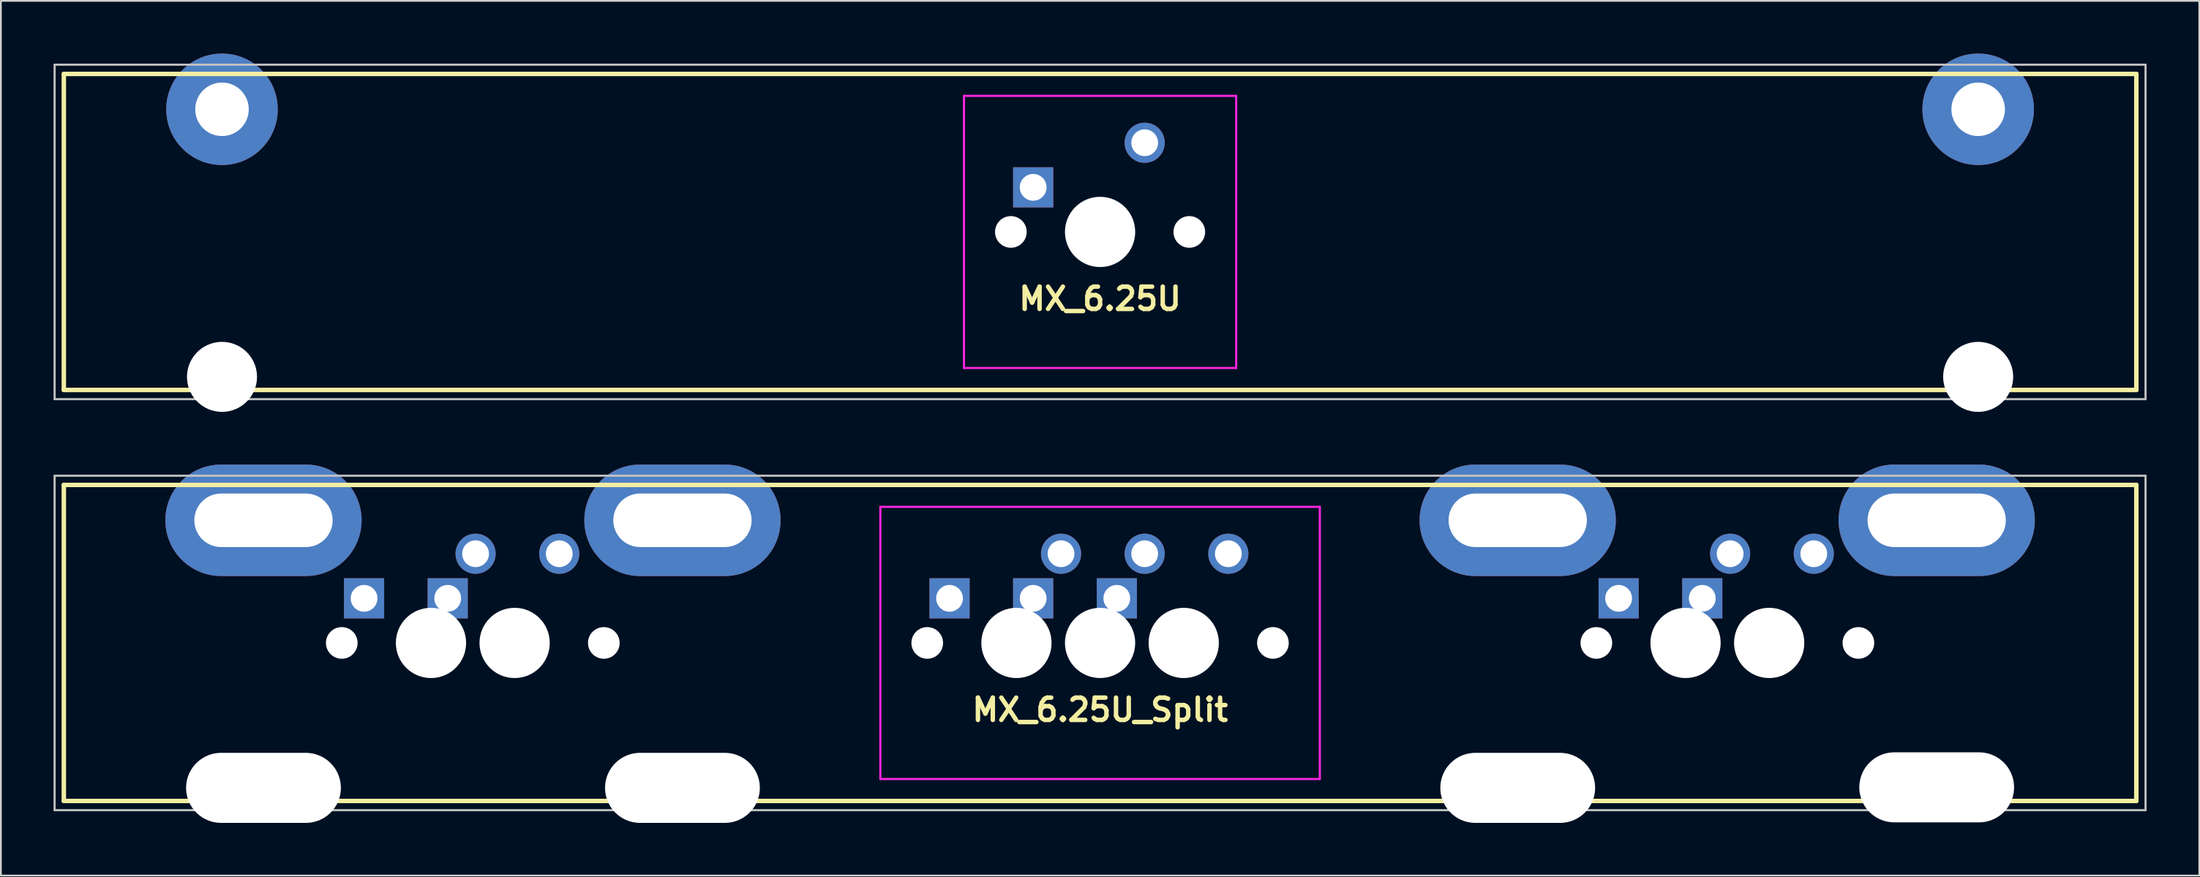
<source format=kicad_pcb>
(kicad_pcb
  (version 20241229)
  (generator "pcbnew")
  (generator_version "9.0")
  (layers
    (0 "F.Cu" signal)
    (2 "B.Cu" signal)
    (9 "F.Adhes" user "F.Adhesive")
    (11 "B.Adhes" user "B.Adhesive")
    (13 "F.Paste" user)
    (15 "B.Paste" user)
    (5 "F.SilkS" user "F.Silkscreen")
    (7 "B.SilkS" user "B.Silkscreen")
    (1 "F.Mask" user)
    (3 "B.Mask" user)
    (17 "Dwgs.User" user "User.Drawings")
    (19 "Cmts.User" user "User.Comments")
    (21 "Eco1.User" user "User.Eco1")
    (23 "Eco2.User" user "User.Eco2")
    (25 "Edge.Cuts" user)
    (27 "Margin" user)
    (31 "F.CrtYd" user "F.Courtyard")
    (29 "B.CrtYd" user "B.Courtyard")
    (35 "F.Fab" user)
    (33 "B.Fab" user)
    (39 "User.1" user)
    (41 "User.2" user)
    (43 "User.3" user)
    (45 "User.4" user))
  (footprint "MX_6.25U"
    (layer "F.Cu")
    (at 59.591 10.16)
    (property "Reference" "MX_6.25U" (at 0 3.81 180) (layer "F.SilkS") (effects (font (size 1.27 1.27) (thickness 0.254))))
    (attr through_hole)
    (fp_line (start -59.006 -9) (end 59.006 -9) (stroke (width 0.254) (type solid)) (layer "F.SilkS"))
    (fp_line (start -59.006 9) (end -59.006 -9) (stroke (width 0.254) (type solid)) (layer "F.SilkS"))
    (fp_line (start 59.006 -9) (end 59.006 9) (stroke (width 0.254) (type solid)) (layer "F.SilkS"))
    (fp_line (start 59.006 9) (end -59.006 9) (stroke (width 0.254) (type solid)) (layer "F.SilkS"))
    (fp_line (start -59.531 -9.525) (end -59.531 9.525) (stroke (width 0.12) (type solid)) (layer "Dwgs.User"))
    (fp_line (start -59.531 -9.525) (end 59.531 -9.525) (stroke (width 0.12) (type solid)) (layer "Dwgs.User"))
    (fp_line (start -59.531 9.525) (end 59.531 9.525) (stroke (width 0.12) (type solid)) (layer "Dwgs.User"))
    (fp_line (start 59.531 -9.525) (end 59.531 9.525) (stroke (width 0.12) (type solid)) (layer "Dwgs.User"))
    (fp_line (start -53.556 7.366) (end -53.556 -7.366) (stroke (width 0.025) (type solid)) (layer "Eco1.User"))
    (fp_line (start -53.302 -7.62) (end -46.698 -7.62) (stroke (width 0.025) (type solid)) (layer "Eco1.User"))
    (fp_line (start -46.698 7.62) (end -53.302 7.62) (stroke (width 0.025) (type solid)) (layer "Eco1.User"))
    (fp_line (start -46.444 -7.366) (end -46.444 7.366) (stroke (width 0.025) (type solid)) (layer "Eco1.User"))
    (fp_line (start -7 6.746) (end -7 -6.746) (stroke (width 0.025) (type solid)) (layer "Eco1.User"))
    (fp_line (start -6.746 -7) (end 6.746 -7) (stroke (width 0.025) (type solid)) (layer "Eco1.User"))
    (fp_line (start 6.746 7) (end -6.746 7) (stroke (width 0.025) (type solid)) (layer "Eco1.User"))
    (fp_line (start 7 -6.746) (end 7 6.746) (stroke (width 0.025) (type solid)) (layer "Eco1.User"))
    (fp_line (start 46.444 7.366) (end 46.444 -7.366) (stroke (width 0.025) (type solid)) (layer "Eco1.User"))
    (fp_line (start 46.698 -7.62) (end 53.302 -7.62) (stroke (width 0.025) (type solid)) (layer "Eco1.User"))
    (fp_line (start 53.302 7.62) (end 46.698 7.62) (stroke (width 0.025) (type solid)) (layer "Eco1.User"))
    (fp_line (start 53.556 -7.366) (end 53.556 7.366) (stroke (width 0.025) (type solid)) (layer "Eco1.User"))
    (fp_arc (start -53.5559 -7.366) (mid -53.481505 -7.545605) (end -53.3019 -7.62) (stroke (width 0.0254) (type solid)) (layer "Eco1.User"))
    (fp_arc (start -53.3019 7.62) (mid -53.481505 7.545605) (end -53.5559 7.366) (stroke (width 0.0254) (type solid)) (layer "Eco1.User"))
    (fp_arc (start -46.6979 -7.62) (mid -46.518295 -7.545605) (end -46.4439 -7.366) (stroke (width 0.0254) (type solid)) (layer "Eco1.User"))
    (fp_arc (start -46.4439 7.366) (mid -46.518295 7.545605) (end -46.6979 7.62) (stroke (width 0.0254) (type solid)) (layer "Eco1.User"))
    (fp_arc (start -7 -6.746) (mid -6.925605 -6.925605) (end -6.746 -7) (stroke (width 0.0254) (type solid)) (layer "Eco1.User"))
    (fp_arc (start -6.746 7) (mid -6.925605 6.925605) (end -7 6.746) (stroke (width 0.0254) (type solid)) (layer "Eco1.User"))
    (fp_arc (start 6.746 -7) (mid 6.925605 -6.925605) (end 7 -6.746) (stroke (width 0.0254) (type solid)) (layer "Eco1.User"))
    (fp_arc (start 7 6.746) (mid 6.925605 6.925605) (end 6.746 7) (stroke (width 0.0254) (type solid)) (layer "Eco1.User"))
    (fp_arc (start 46.4439 -7.366) (mid 46.518295 -7.545605) (end 46.6979 -7.62) (stroke (width 0.0254) (type solid)) (layer "Eco1.User"))
    (fp_arc (start 46.6979 7.62) (mid 46.518295 7.545605) (end 46.4439 7.366) (stroke (width 0.0254) (type solid)) (layer "Eco1.User"))
    (fp_arc (start 53.3019 -7.62) (mid 53.481505 -7.545605) (end 53.5559 -7.366) (stroke (width 0.0254) (type solid)) (layer "Eco1.User"))
    (fp_arc (start 53.5559 7.366) (mid 53.481505 7.545605) (end 53.3019 7.62) (stroke (width 0.0254) (type solid)) (layer "Eco1.User"))
    (fp_line (start -7.75 -7.75) (end 7.75 -7.75) (stroke (width 0.12) (type solid)) (layer "F.CrtYd"))
    (fp_line (start -7.75 7.75) (end -7.75 -7.75) (stroke (width 0.12) (type solid)) (layer "F.CrtYd"))
    (fp_line (start 7.75 -7.75) (end 7.75 7.75) (stroke (width 0.12) (type solid)) (layer "F.CrtYd"))
    (fp_line (start 7.75 7.75) (end -7.75 7.75) (stroke (width 0.12) (type solid)) (layer "F.CrtYd"))
    (pad "" thru_hole circle (at -50 -6.985) (size 6.35 6.35) (drill 3.048) (layers "B.Cu" "B.Mask"))
    (pad "" np_thru_hole circle (at -50 8.255) (size 3.988 3.988) (drill 3.988) (layers "*.Cu" "*.Mask"))
    (pad "" np_thru_hole circle (at -5.08 0 180) (size 1.803 1.803) (drill 1.803) (layers "*.Cu" "*.Mask"))
    (pad "" np_thru_hole circle (at 0 0 180) (size 4 4) (drill 4) (layers "*.Cu" "*.Mask"))
    (pad "" np_thru_hole circle (at 5.08 0 180) (size 1.803 1.803) (drill 1.803) (layers "*.Cu" "*.Mask"))
    (pad "" thru_hole circle (at 50 -6.985) (size 6.35 6.35) (drill 3.048) (layers "B.Cu" "B.Mask"))
    (pad "" np_thru_hole circle (at 50 8.255) (size 3.988 3.988) (drill 3.988) (layers "*.Cu" "*.Mask"))
    (pad "1" thru_hole rect (at -3.81 -2.54 180) (size 2.286 2.286) (drill 1.524) (layers "*.Cu" "*.Mask"))
    (pad "2" thru_hole circle (at 2.54 -5.08) (size 2.286 2.286) (drill 1.524) (layers "*.Cu" "*.Mask")))
  (footprint "MX_6.25U_Split"
    (layer "F.Cu")
    (at 59.591 33.569)
    (property "Reference" "MX_6.25U_Split" (at 0 3.81 180) (layer "F.SilkS") (effects (font (size 1.27 1.27) (thickness 0.254))))
    (attr through_hole)
    (fp_line (start -59.006 -9) (end 59.006 -9) (stroke (width 0.254) (type solid)) (layer "F.SilkS"))
    (fp_line (start -59.006 9) (end -59.006 -9) (stroke (width 0.254) (type solid)) (layer "F.SilkS"))
    (fp_line (start 59.006 -9) (end 59.006 9) (stroke (width 0.254) (type solid)) (layer "F.SilkS"))
    (fp_line (start 59.006 9) (end -59.006 9) (stroke (width 0.254) (type solid)) (layer "F.SilkS"))
    (fp_line (start -59.531 -9.525) (end -59.531 9.525) (stroke (width 0.12) (type solid)) (layer "Dwgs.User"))
    (fp_line (start -59.531 -9.525) (end 59.531 -9.525) (stroke (width 0.12) (type solid)) (layer "Dwgs.User"))
    (fp_line (start -59.531 9.525) (end 59.531 9.525) (stroke (width 0.12) (type solid)) (layer "Dwgs.User"))
    (fp_line (start 59.531 -9.525) (end 59.531 9.525) (stroke (width 0.12) (type solid)) (layer "Dwgs.User"))
    (fp_line (start -53.556 7.366) (end -53.556 -7.366) (stroke (width 0.025) (type solid)) (layer "Eco1.User"))
    (fp_line (start -53.302 -7.62) (end -41.974 -7.62) (stroke (width 0.025) (type solid)) (layer "Eco1.User"))
    (fp_line (start -41.974 7.62) (end -53.302 7.62) (stroke (width 0.025) (type solid)) (layer "Eco1.User"))
    (fp_line (start -41.719 -7.366) (end -41.719 -7.254) (stroke (width 0.025) (type solid)) (layer "Eco1.User"))
    (fp_line (start -41.719 7.254) (end -41.719 7.366) (stroke (width 0.025) (type solid)) (layer "Eco1.User"))
    (fp_line (start -41.465 -7) (end -29.972 -7) (stroke (width 0.025) (type solid)) (layer "Eco1.User"))
    (fp_line (start -29.972 7) (end -41.465 7) (stroke (width 0.025) (type solid)) (layer "Eco1.User"))
    (fp_line (start -29.718 -7.366) (end -29.718 -7.254) (stroke (width 0.025) (type solid)) (layer "Eco1.User"))
    (fp_line (start -29.718 7.366) (end -29.718 7.254) (stroke (width 0.025) (type solid)) (layer "Eco1.User"))
    (fp_line (start -29.464 -7.62) (end -18.098 -7.62) (stroke (width 0.025) (type solid)) (layer "Eco1.User"))
    (fp_line (start -18.098 7.62) (end -29.464 7.62) (stroke (width 0.025) (type solid)) (layer "Eco1.User"))
    (fp_line (start -17.843 -7.366) (end -17.843 7.366) (stroke (width 0.025) (type solid)) (layer "Eco1.User"))
    (fp_line (start -11.762 6.746) (end -11.762 -6.746) (stroke (width 0.025) (type solid)) (layer "Eco1.User"))
    (fp_line (start -11.508 -7) (end 11.508 -7) (stroke (width 0.025) (type solid)) (layer "Eco1.User"))
    (fp_line (start 11.508 7) (end -11.508 7) (stroke (width 0.025) (type solid)) (layer "Eco1.User"))
    (fp_line (start 11.762 -6.746) (end 11.762 6.746) (stroke (width 0.025) (type solid)) (layer "Eco1.User"))
    (fp_line (start 17.843 7.366) (end 17.843 -7.366) (stroke (width 0.025) (type solid)) (layer "Eco1.User"))
    (fp_line (start 18.098 -7.62) (end 29.464 -7.62) (stroke (width 0.025) (type solid)) (layer "Eco1.User"))
    (fp_line (start 29.464 7.62) (end 17.843 7.62) (stroke (width 0.025) (type solid)) (layer "Eco1.User"))
    (fp_line (start 29.718 -7.254) (end 29.718 -7.366) (stroke (width 0.025) (type solid)) (layer "Eco1.User"))
    (fp_line (start 29.718 7.254) (end 29.718 7.366) (stroke (width 0.025) (type solid)) (layer "Eco1.User"))
    (fp_line (start 29.972 -7) (end 41.465 -7) (stroke (width 0.025) (type solid)) (layer "Eco1.User"))
    (fp_line (start 41.465 7) (end 29.972 7) (stroke (width 0.025) (type solid)) (layer "Eco1.User"))
    (fp_line (start 41.719 -7.254) (end 41.719 -7.366) (stroke (width 0.025) (type solid)) (layer "Eco1.User"))
    (fp_line (start 41.719 7.366) (end 41.719 7.254) (stroke (width 0.025) (type solid)) (layer "Eco1.User"))
    (fp_line (start 41.974 -7.62) (end 53.302 -7.62) (stroke (width 0.025) (type solid)) (layer "Eco1.User"))
    (fp_line (start 53.302 7.62) (end 41.974 7.62) (stroke (width 0.025) (type solid)) (layer "Eco1.User"))
    (fp_line (start 53.556 -7.366) (end 53.556 7.366) (stroke (width 0.025) (type solid)) (layer "Eco1.User"))
    (fp_arc (start -53.5559 -7.366) (mid -53.481505 -7.545605) (end -53.3019 -7.62) (stroke (width 0.0254) (type solid)) (layer "Eco1.User"))
    (fp_arc (start -53.3019 7.62) (mid -53.481505 7.545605) (end -53.5559 7.366) (stroke (width 0.0254) (type solid)) (layer "Eco1.User"))
    (fp_arc (start -41.9735 -7.62) (mid -41.793895 -7.545605) (end -41.7195 -7.366) (stroke (width 0.0254) (type solid)) (layer "Eco1.User"))
    (fp_arc (start -41.7195 7.254) (mid -41.645105 7.074395) (end -41.4655 7) (stroke (width 0.0254) (type solid)) (layer "Eco1.User"))
    (fp_arc (start -41.7195 7.366) (mid -41.793895 7.545605) (end -41.9735 7.62) (stroke (width 0.0254) (type solid)) (layer "Eco1.User"))
    (fp_arc (start -41.4655 -7) (mid -41.645105 -7.074395) (end -41.7195 -7.254) (stroke (width 0.0254) (type solid)) (layer "Eco1.User"))
    (fp_arc (start -29.972 7) (mid -29.792395 7.074395) (end -29.718 7.254) (stroke (width 0.0254) (type solid)) (layer "Eco1.User"))
    (fp_arc (start -29.718 -7.366) (mid -29.643605 -7.545605) (end -29.464 -7.62) (stroke (width 0.0254) (type solid)) (layer "Eco1.User"))
    (fp_arc (start -29.718 -7.254) (mid -29.792395 -7.074395) (end -29.972 -7) (stroke (width 0.0254) (type solid)) (layer "Eco1.User"))
    (fp_arc (start -29.464 7.62) (mid -29.643605 7.545605) (end -29.718 7.366) (stroke (width 0.0254) (type solid)) (layer "Eco1.User"))
    (fp_arc (start -18.0975 -7.62) (mid -17.917895 -7.545605) (end -17.8435 -7.366) (stroke (width 0.0254) (type solid)) (layer "Eco1.User"))
    (fp_arc (start -17.8435 7.366) (mid -17.917895 7.545605) (end -18.0975 7.62) (stroke (width 0.0254) (type solid)) (layer "Eco1.User"))
    (fp_arc (start -11.7625 -6.746) (mid -11.688105 -6.925605) (end -11.5085 -7) (stroke (width 0.0254) (type solid)) (layer "Eco1.User"))
    (fp_arc (start -11.5085 7) (mid -11.688105 6.925605) (end -11.7625 6.746) (stroke (width 0.0254) (type solid)) (layer "Eco1.User"))
    (fp_arc (start 11.5085 -7) (mid 11.688105 -6.925605) (end 11.7625 -6.746) (stroke (width 0.0254) (type solid)) (layer "Eco1.User"))
    (fp_arc (start 11.7625 6.746) (mid 11.688105 6.925605) (end 11.5085 7) (stroke (width 0.0254) (type solid)) (layer "Eco1.User"))
    (fp_arc (start 17.8435 -7.366) (mid 17.917895 -7.545605) (end 18.0975 -7.62) (stroke (width 0.0254) (type solid)) (layer "Eco1.User"))
    (fp_arc (start 18.0975 7.62) (mid 17.917895 7.545605) (end 17.8435 7.366) (stroke (width 0.0254) (type solid)) (layer "Eco1.User"))
    (fp_arc (start 29.464 -7.62) (mid 29.643605 -7.545605) (end 29.718 -7.366) (stroke (width 0.0254) (type solid)) (layer "Eco1.User"))
    (fp_arc (start 29.718 7.254) (mid 29.792395 7.074395) (end 29.972 7) (stroke (width 0.0254) (type solid)) (layer "Eco1.User"))
    (fp_arc (start 29.718 7.366) (mid 29.643605 7.545605) (end 29.464 7.62) (stroke (width 0.0254) (type solid)) (layer "Eco1.User"))
    (fp_arc (start 29.972 -7) (mid 29.792395 -7.074395) (end 29.718 -7.254) (stroke (width 0.0254) (type solid)) (layer "Eco1.User"))
    (fp_arc (start 41.4655 7) (mid 41.645105 7.074395) (end 41.7195 7.254) (stroke (width 0.0254) (type solid)) (layer "Eco1.User"))
    (fp_arc (start 41.7195 -7.366) (mid 41.793895 -7.545605) (end 41.9735 -7.62) (stroke (width 0.0254) (type solid)) (layer "Eco1.User"))
    (fp_arc (start 41.7195 -7.254) (mid 41.645105 -7.074395) (end 41.4655 -7) (stroke (width 0.0254) (type solid)) (layer "Eco1.User"))
    (fp_arc (start 41.9735 7.62) (mid 41.793895 7.545605) (end 41.7195 7.366) (stroke (width 0.0254) (type solid)) (layer "Eco1.User"))
    (fp_arc (start 53.3019 -7.62) (mid 53.481505 -7.545605) (end 53.5559 -7.366) (stroke (width 0.0254) (type solid)) (layer "Eco1.User"))
    (fp_arc (start 53.5559 7.366) (mid 53.481505 7.545605) (end 53.3019 7.62) (stroke (width 0.0254) (type solid)) (layer "Eco1.User"))
    (fp_line (start -12.512 -7.75) (end 12.512 -7.75) (stroke (width 0.12) (type solid)) (layer "F.CrtYd"))
    (fp_line (start -12.512 7.75) (end -12.512 -7.75) (stroke (width 0.12) (type solid)) (layer "F.CrtYd"))
    (fp_line (start 12.512 -7.75) (end 12.512 7.75) (stroke (width 0.12) (type solid)) (layer "F.CrtYd"))
    (fp_line (start 12.512 7.75) (end -12.512 7.75) (stroke (width 0.12) (type solid)) (layer "F.CrtYd"))
    (pad "" thru_hole oval (at -47.638 -6.985) (size 11.176 6.35) (drill oval 7.874 3.048) (layers "B.Cu" "B.Mask"))
    (pad "" np_thru_hole oval (at -47.638 8.255) (size 8.814 3.988) (drill oval 8.814 3.988) (layers "*.Cu" "*.Mask"))
    (pad "" np_thru_hole circle (at -43.18 0 180) (size 1.803 1.803) (drill 1.803) (layers "*.Cu" "*.Mask"))
    (pad "" np_thru_hole circle (at -38.1 0 180) (size 4 4) (drill 4) (layers "*.Cu" "*.Mask"))
    (pad "" np_thru_hole circle (at -33.337 0 180) (size 4 4) (drill 4) (layers "*.Cu" "*.Mask"))
    (pad "" np_thru_hole circle (at -28.258 0 180) (size 1.803 1.803) (drill 1.803) (layers "*.Cu" "*.Mask"))
    (pad "" thru_hole oval (at -23.781 -6.985) (size 11.176 6.35) (drill oval 7.874 3.048) (layers "B.Cu" "B.Mask"))
    (pad "" np_thru_hole oval (at -23.781 8.255) (size 8.814 3.988) (drill oval 8.814 3.988) (layers "*.Cu" "*.Mask"))
    (pad "" np_thru_hole circle (at -9.842 0 180) (size 1.803 1.803) (drill 1.803) (layers "*.Cu" "*.Mask"))
    (pad "" np_thru_hole circle (at -4.763 0 180) (size 4 4) (drill 4) (layers "*.Cu" "*.Mask"))
    (pad "" np_thru_hole circle (at 0 0 180) (size 4 4) (drill 4) (layers "*.Cu" "*.Mask"))
    (pad "" np_thru_hole circle (at 4.763 0 180) (size 4 4) (drill 4) (layers "*.Cu" "*.Mask"))
    (pad "" np_thru_hole circle (at 9.842 0 180) (size 1.803 1.803) (drill 1.803) (layers "*.Cu" "*.Mask"))
    (pad "" thru_hole oval (at 23.781 -6.985) (size 11.176 6.35) (drill oval 7.874 3.048) (layers "B.Cu" "B.Mask"))
    (pad "" np_thru_hole oval (at 23.781 8.255) (size 8.814 3.988) (drill oval 8.814 3.988) (layers "*.Cu" "*.Mask"))
    (pad "" np_thru_hole circle (at 28.258 0 180) (size 1.803 1.803) (drill 1.803) (layers "*.Cu" "*.Mask"))
    (pad "" np_thru_hole circle (at 33.337 0 180) (size 4 4) (drill 4) (layers "*.Cu" "*.Mask"))
    (pad "" np_thru_hole circle (at 38.1 0 180) (size 4 4) (drill 4) (layers "*.Cu" "*.Mask"))
    (pad "" np_thru_hole circle (at 43.18 0 180) (size 1.803 1.803) (drill 1.803) (layers "*.Cu" "*.Mask"))
    (pad "" thru_hole oval (at 47.638 -6.985) (size 11.176 6.35) (drill oval 7.874 3.048) (layers "B.Cu" "B.Mask"))
    (pad "" np_thru_hole oval (at 47.638 8.225) (size 8.814 3.988) (drill oval 8.814 3.988) (layers "*.Cu" "*.Mask"))
    (pad "1" thru_hole rect (at -41.91 -2.54 180) (size 2.286 2.286) (drill 1.524) (layers "*.Cu" "*.Mask"))
    (pad "1" thru_hole rect (at -37.148 -2.54 180) (size 2.286 2.286) (drill 1.524) (layers "*.Cu" "*.Mask"))
    (pad "2" thru_hole circle (at -35.56 -5.08) (size 2.286 2.286) (drill 1.524) (layers "*.Cu" "*.Mask"))
    (pad "2" thru_hole circle (at -30.797 -5.08) (size 2.286 2.286) (drill 1.524) (layers "*.Cu" "*.Mask"))
    (pad "3" thru_hole rect (at -8.572 -2.54 180) (size 2.286 2.286) (drill 1.524) (layers "*.Cu" "*.Mask"))
    (pad "3" thru_hole rect (at -3.81 -2.54 180) (size 2.286 2.286) (drill 1.524) (layers "*.Cu" "*.Mask"))
    (pad "3" thru_hole rect (at 0.953 -2.54 180) (size 2.286 2.286) (drill 1.524) (layers "*.Cu" "*.Mask"))
    (pad "4" thru_hole circle (at -2.223 -5.08) (size 2.286 2.286) (drill 1.524) (layers "*.Cu" "*.Mask"))
    (pad "4" thru_hole circle (at 2.54 -5.08) (size 2.286 2.286) (drill 1.524) (layers "*.Cu" "*.Mask"))
    (pad "4" thru_hole circle (at 7.303 -5.08) (size 2.286 2.286) (drill 1.524) (layers "*.Cu" "*.Mask"))
    (pad "5" thru_hole rect (at 29.527 -2.54 180) (size 2.286 2.286) (drill 1.524) (layers "*.Cu" "*.Mask"))
    (pad "5" thru_hole rect (at 34.29 -2.54 180) (size 2.286 2.286) (drill 1.524) (layers "*.Cu" "*.Mask"))
    (pad "6" thru_hole circle (at 35.877 -5.08) (size 2.286 2.286) (drill 1.524) (layers "*.Cu" "*.Mask"))
    (pad "6" thru_hole circle (at 40.64 -5.08) (size 2.286 2.286) (drill 1.524) (layers "*.Cu" "*.Mask")))
  (gr_rect
    (start -3 -3)
    (end 122.183 46.818)
    (stroke (width 0.1) (type default))
    (fill no)
    (layer "Edge.Cuts")))
</source>
